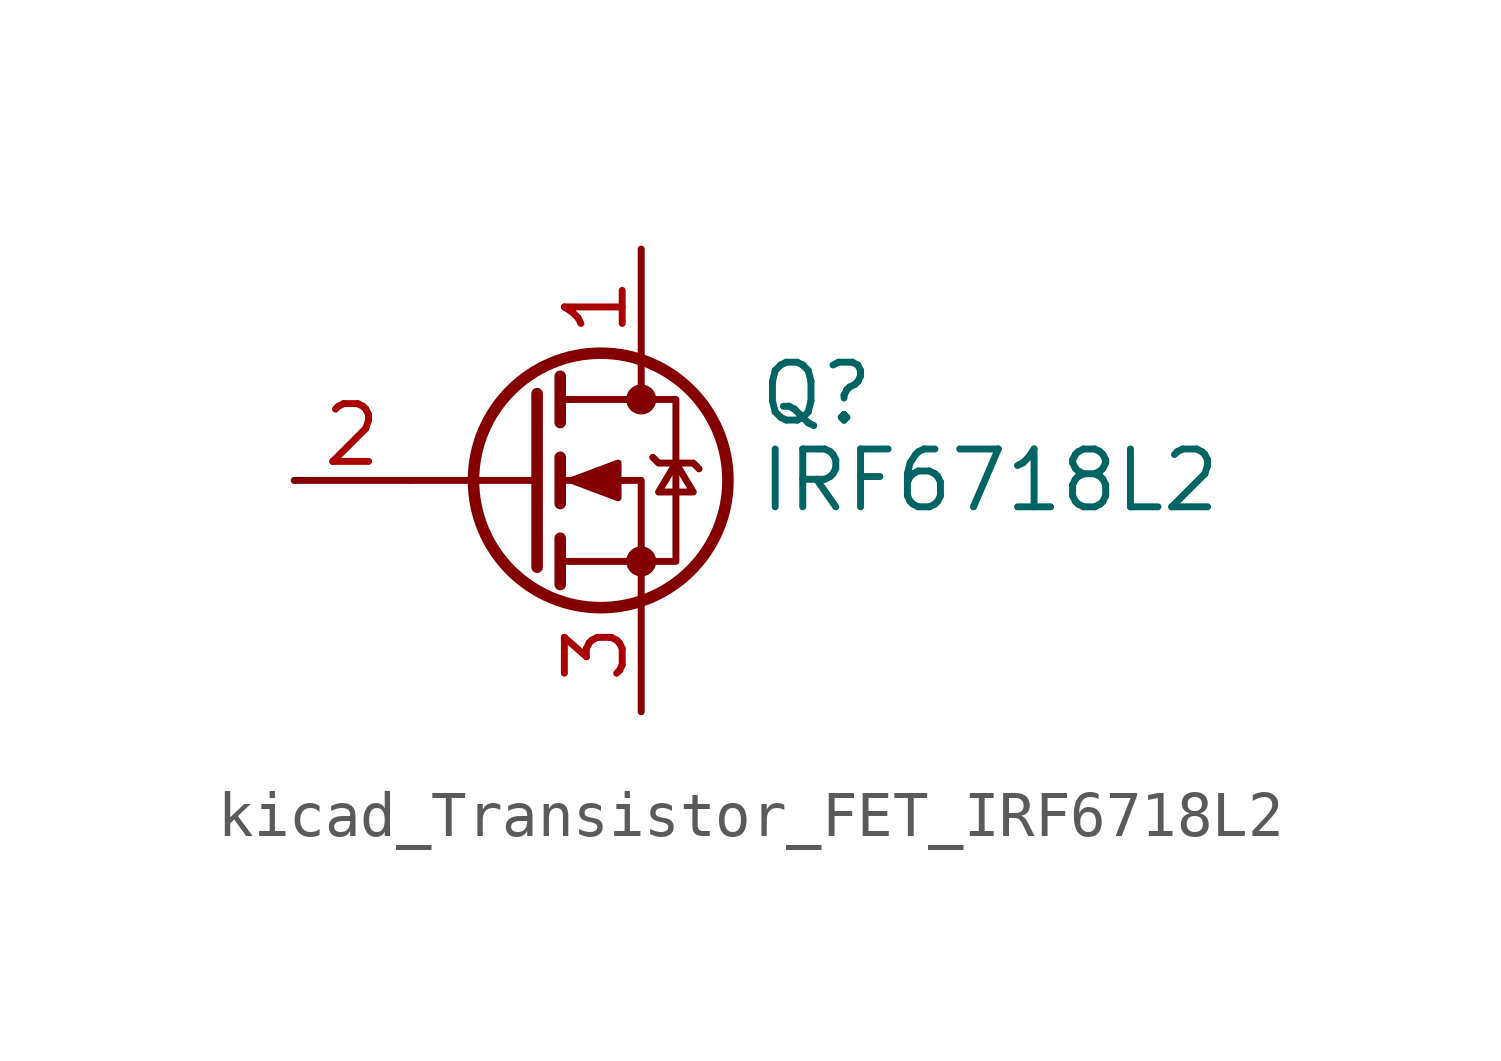
<source format=kicad_sym>
(kicad_symbol_lib
  (version 20220914)
  (generator kicad_symbol_editor)
  (symbol "kicad_Transistor_FET_IRF6718L2"
    (pin_names hide)
    (property "Reference" "Q"
      (at 5.08 1.905 0)
      (effects (font (size 1.27 1.27)) (justify left)))
    (property "Value" "IRF6718L2"
      (at 5.08 0 0)
      (effects (font (size 1.27 1.27)) (justify left)))
    (symbol "kicad_Transistor_FET_IRF6718L2_0_1"
      (polyline (pts (xy 0.254 0) (xy -2.54 0)) (stroke (width 0) (type default)) (fill (type none)))
      (polyline (pts (xy 0.254 1.905) (xy 0.254 -1.905)) (stroke (width 0.254) (type default)) (fill (type none)))
      (polyline (pts (xy 0.762 -1.27) (xy 0.762 -2.286)) (stroke (width 0.254) (type default)) (fill (type none)))
      (polyline (pts (xy 0.762 0.508) (xy 0.762 -0.508)) (stroke (width 0.254) (type default)) (fill (type none)))
      (polyline (pts (xy 0.762 2.286) (xy 0.762 1.27)) (stroke (width 0.254) (type default)) (fill (type none)))
      (polyline (pts (xy 2.54 2.54) (xy 2.54 1.778)) (stroke (width 0) (type default)) (fill (type none)))
      (polyline (pts (xy 2.54 -2.54) (xy 2.54 0) (xy 0.762 0)) (stroke (width 0) (type default)) (fill (type none)))
      (polyline (pts (xy 0.762 -1.778) (xy 3.302 -1.778) (xy 3.302 1.778) (xy 0.762 1.778)) (stroke (width 0) (type default)) (fill (type none)))
      (polyline (pts (xy 1.016 0) (xy 2.032 0.381) (xy 2.032 -0.381) (xy 1.016 0)) (stroke (width 0) (type default)) (fill (type outline)))
      (polyline (pts (xy 2.794 0.508) (xy 2.921 0.381) (xy 3.683 0.381) (xy 3.81 0.254)) (stroke (width 0) (type default)) (fill (type none)))
      (polyline (pts (xy 3.302 0.381) (xy 2.921 -0.254) (xy 3.683 -0.254) (xy 3.302 0.381)) (stroke (width 0) (type default)) (fill (type none)))
      (circle (center 1.651 0) (radius 2.794) (stroke (width 0.254) (type default)) (fill (type none)))
      (circle (center 2.54 -1.778) (radius 0.254) (stroke (width 0) (type default)) (fill (type outline)))
      (circle (center 2.54 1.778) (radius 0.254) (stroke (width 0) (type default)) (fill (type outline))))
    (symbol "kicad_Transistor_FET_IRF6718L2_1_1"
      (pin passive line (at 2.54 5.08 270) (length 2.54) (name "D" (effects (font (size 1.27 1.27)))) (number "1" (effects (font (size 1.27 1.27)))))
      (pin input line (at -5.08 0 0) (length 2.54) (name "G" (effects (font (size 1.27 1.27)))) (number "2" (effects (font (size 1.27 1.27)))))
      (pin passive line (at 2.54 -5.08 90) (length 2.54) (name "S" (effects (font (size 1.27 1.27)))) (number "3" (effects (font (size 1.27 1.27))))))))
</source>
